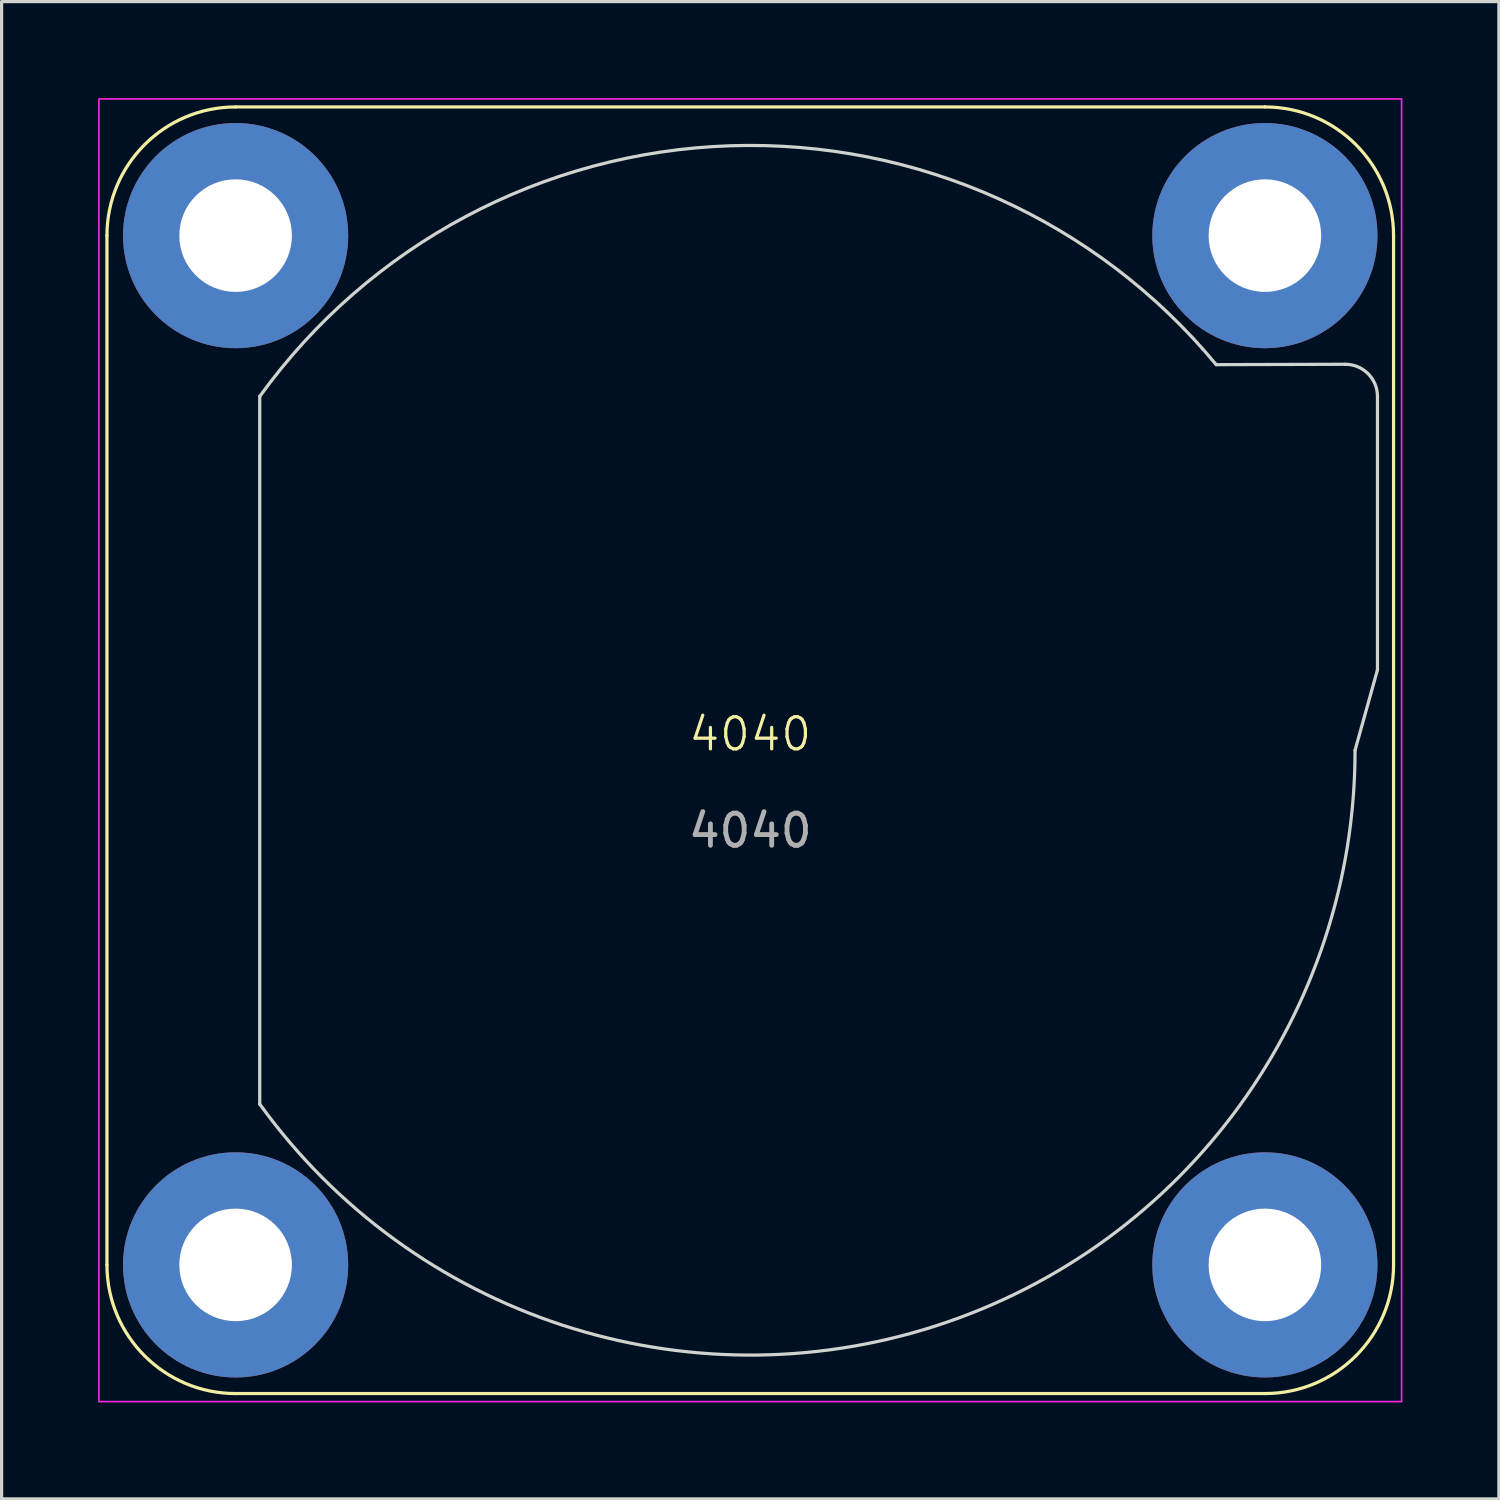
<source format=kicad_pcb>
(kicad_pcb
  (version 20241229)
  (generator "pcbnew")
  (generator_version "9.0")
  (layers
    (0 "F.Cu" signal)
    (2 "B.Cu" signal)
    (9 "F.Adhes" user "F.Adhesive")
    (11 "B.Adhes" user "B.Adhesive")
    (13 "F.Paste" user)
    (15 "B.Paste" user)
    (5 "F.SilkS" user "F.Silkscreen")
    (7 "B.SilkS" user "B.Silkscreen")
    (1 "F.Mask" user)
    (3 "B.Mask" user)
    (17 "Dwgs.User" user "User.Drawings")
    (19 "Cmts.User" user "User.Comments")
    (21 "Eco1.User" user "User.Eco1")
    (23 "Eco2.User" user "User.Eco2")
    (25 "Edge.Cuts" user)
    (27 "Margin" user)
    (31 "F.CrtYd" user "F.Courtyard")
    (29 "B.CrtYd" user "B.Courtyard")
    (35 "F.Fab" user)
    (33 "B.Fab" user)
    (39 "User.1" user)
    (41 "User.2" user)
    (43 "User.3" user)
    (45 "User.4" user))
  (footprint "4040"
    (layer "F.Cu")
    (at 20.275 20.275)
    (property "Reference" "4040" (at 0 -0.5 0) (unlocked yes) (layer "F.SilkS") (effects (font (size 1 1) (thickness 0.1))))
    (attr through_hole)
    (fp_line (start -20 16) (end -20 -16) (stroke (width 0.1) (type default)) (layer "F.SilkS"))
    (fp_line (start -16 -20) (end 16 -20) (stroke (width 0.1) (type default)) (layer "F.SilkS"))
    (fp_line (start 16 20) (end -16 20) (stroke (width 0.1) (type default)) (layer "F.SilkS"))
    (fp_line (start 20 -16) (end 20 16) (stroke (width 0.1) (type default)) (layer "F.SilkS"))
    (fp_arc (start -20 -16) (mid -18.828427 -18.828427) (end -16 -20) (stroke (width 0.1) (type default)) (layer "F.SilkS"))
    (fp_arc (start -16 20) (mid -18.828427 18.828427) (end -20 16) (stroke (width 0.1) (type default)) (layer "F.SilkS"))
    (fp_arc (start 16 -20) (mid 18.828427 -18.828427) (end 20 -16) (stroke (width 0.1) (type default)) (layer "F.SilkS"))
    (fp_arc (start 20 16) (mid 18.828427 18.828427) (end 16 20) (stroke (width 0.1) (type default)) (layer "F.SilkS"))
    (fp_line (start -15.25 -11) (end -15.25 11) (stroke (width 0.1) (type solid)) (layer "Edge.Cuts"))
    (fp_line (start 14.486 -11.988) (end 18.5 -12) (stroke (width 0.1) (type solid)) (layer "Edge.Cuts"))
    (fp_line (start 18.803 0) (end 19.5 -2.5) (stroke (width 0.1) (type solid)) (layer "Edge.Cuts"))
    (fp_line (start 19.5 -2.5) (end 19.5 -11) (stroke (width 0.1) (type solid)) (layer "Edge.Cuts"))
    (fp_arc (start -15.25 -11) (mid -0.624631 -18.792879) (end 14.485921 -11.98835) (stroke (width 0.1) (type solid)) (layer "Edge.Cuts"))
    (fp_arc (start 18.499999 -12) (mid 19.207126 -11.707117) (end 19.499999 -11) (stroke (width 0.1) (type solid)) (layer "Edge.Cuts"))
    (fp_arc (start 18.803256 0) (mid 5.779827 17.892905) (end -15.25 11) (stroke (width 0.1) (type solid)) (layer "Edge.Cuts"))
    (fp_rect (start -20.25 -20.25) (end 20.25 20.25) (stroke (width 0.05) (type default)) (fill no) (layer "F.CrtYd"))
    (fp_text user "${REFERENCE}" (at 0 2.5 0) (unlocked yes) (layer "F.Fab") (effects (font (size 1 1) (thickness 0.15))))
    (pad "1" thru_hole circle (at -16 -16) (size 7 7) (drill 3.5) (layers "*.Cu" "*.Mask"))
    (pad "2" thru_hole circle (at 16 -16) (size 7 7) (drill 3.5) (layers "*.Cu" "*.Mask"))
    (pad "3" thru_hole circle (at -16 16) (size 7 7) (drill 3.5) (layers "*.Cu" "*.Mask"))
    (pad "4" thru_hole circle (at 16 16) (size 7 7) (drill 3.5) (layers "*.Cu" "*.Mask")))
  (gr_rect
    (start -3 -3)
    (end 43.55 43.55)
    (stroke (width 0.1) (type default))
    (fill no)
    (layer "Edge.Cuts")))
</source>
